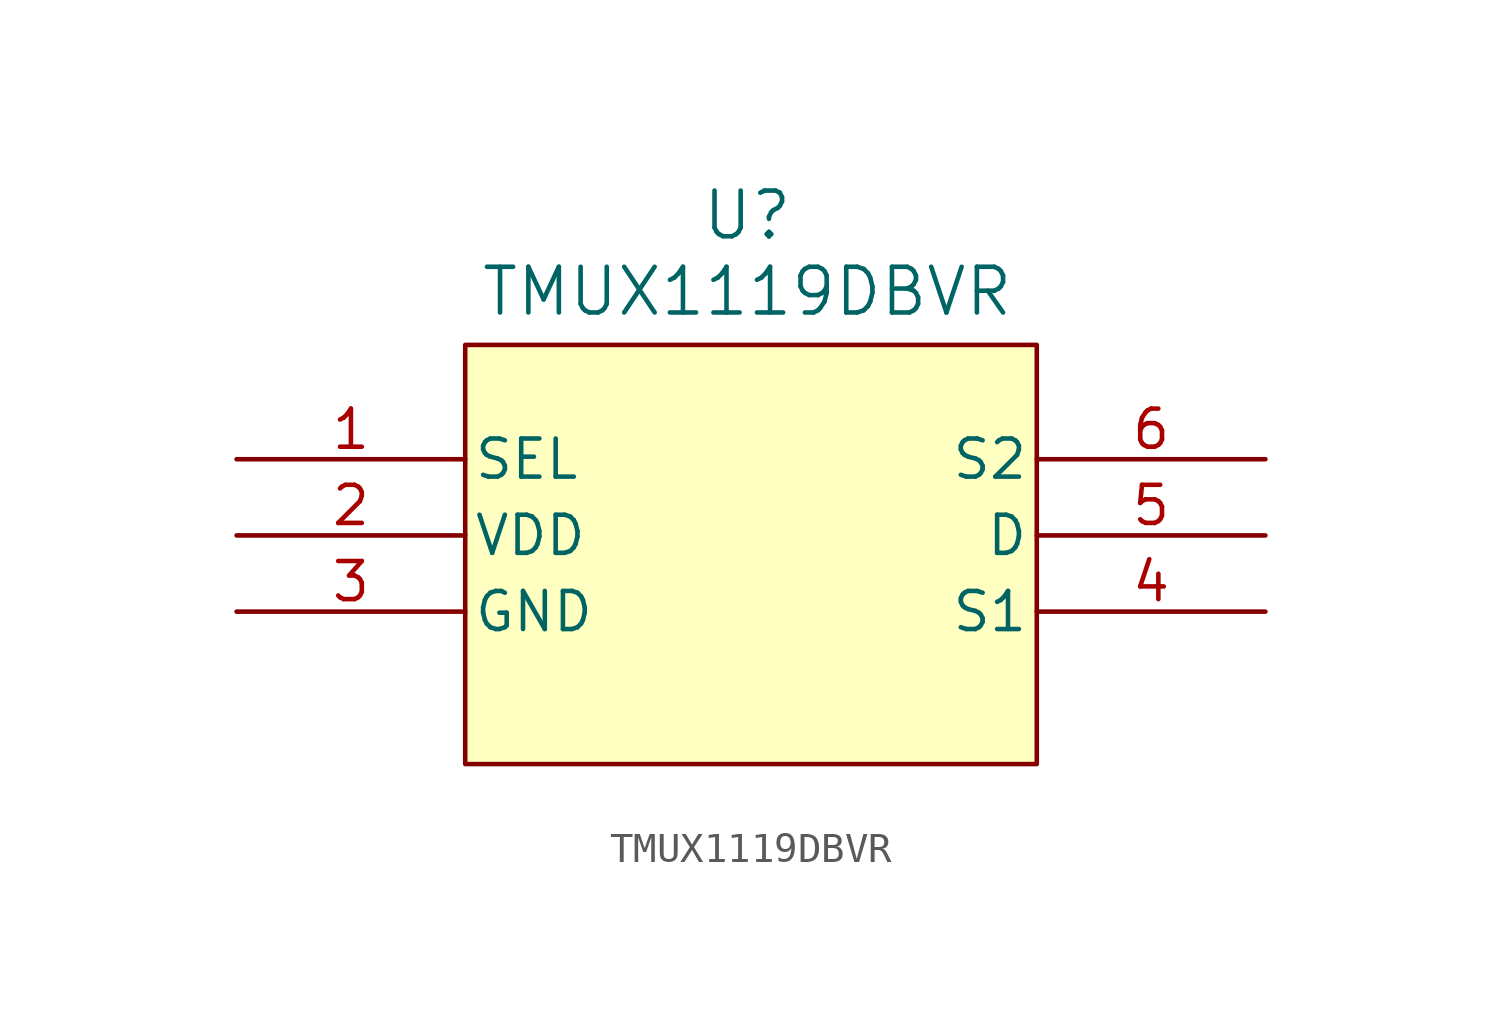
<source format=kicad_sym>
(kicad_symbol_lib
  (version 20231120)
  (generator "kicad_symbol_editor")
  (generator_version "8.0")
  (symbol "TMUX1119DBVR"
    (pin_names
      (offset 0.254))
    (property "Reference" "U"
      (at 17.018 8.128 0)
      (effects (font (size 1.524 1.524))))
    (property "Value" "TMUX1119DBVR"
      (at 17.018 5.588 0)
      (effects (font (size 1.524 1.524))))
    (symbol "TMUX1119DBVR_0_1"
      (rectangle (start 7.62 3.81) (end 26.67 -10.16) (stroke (width 0) (type default)) (fill (type background)))
      (pin input line (at 0 0 0) (length 7.62) (name "SEL" (effects (font (size 1.27 1.27)))) (number "1" (effects (font (size 1.27 1.27)))))
      (pin power_in line (at 0 -2.54 0) (length 7.62) (name "VDD" (effects (font (size 1.27 1.27)))) (number "2" (effects (font (size 1.27 1.27)))))
      (pin power_out line (at 0 -5.08 0) (length 7.62) (name "GND" (effects (font (size 1.27 1.27)))) (number "3" (effects (font (size 1.27 1.27)))))
      (pin bidirectional line (at 34.29 -5.08 180) (length 7.62) (name "S1" (effects (font (size 1.27 1.27)))) (number "4" (effects (font (size 1.27 1.27)))))
      (pin bidirectional line (at 34.29 -2.54 180) (length 7.62) (name "D" (effects (font (size 1.27 1.27)))) (number "5" (effects (font (size 1.27 1.27)))))
      (pin bidirectional line (at 34.29 0 180) (length 7.62) (name "S2" (effects (font (size 1.27 1.27)))) (number "6" (effects (font (size 1.27 1.27))))))))
</source>
